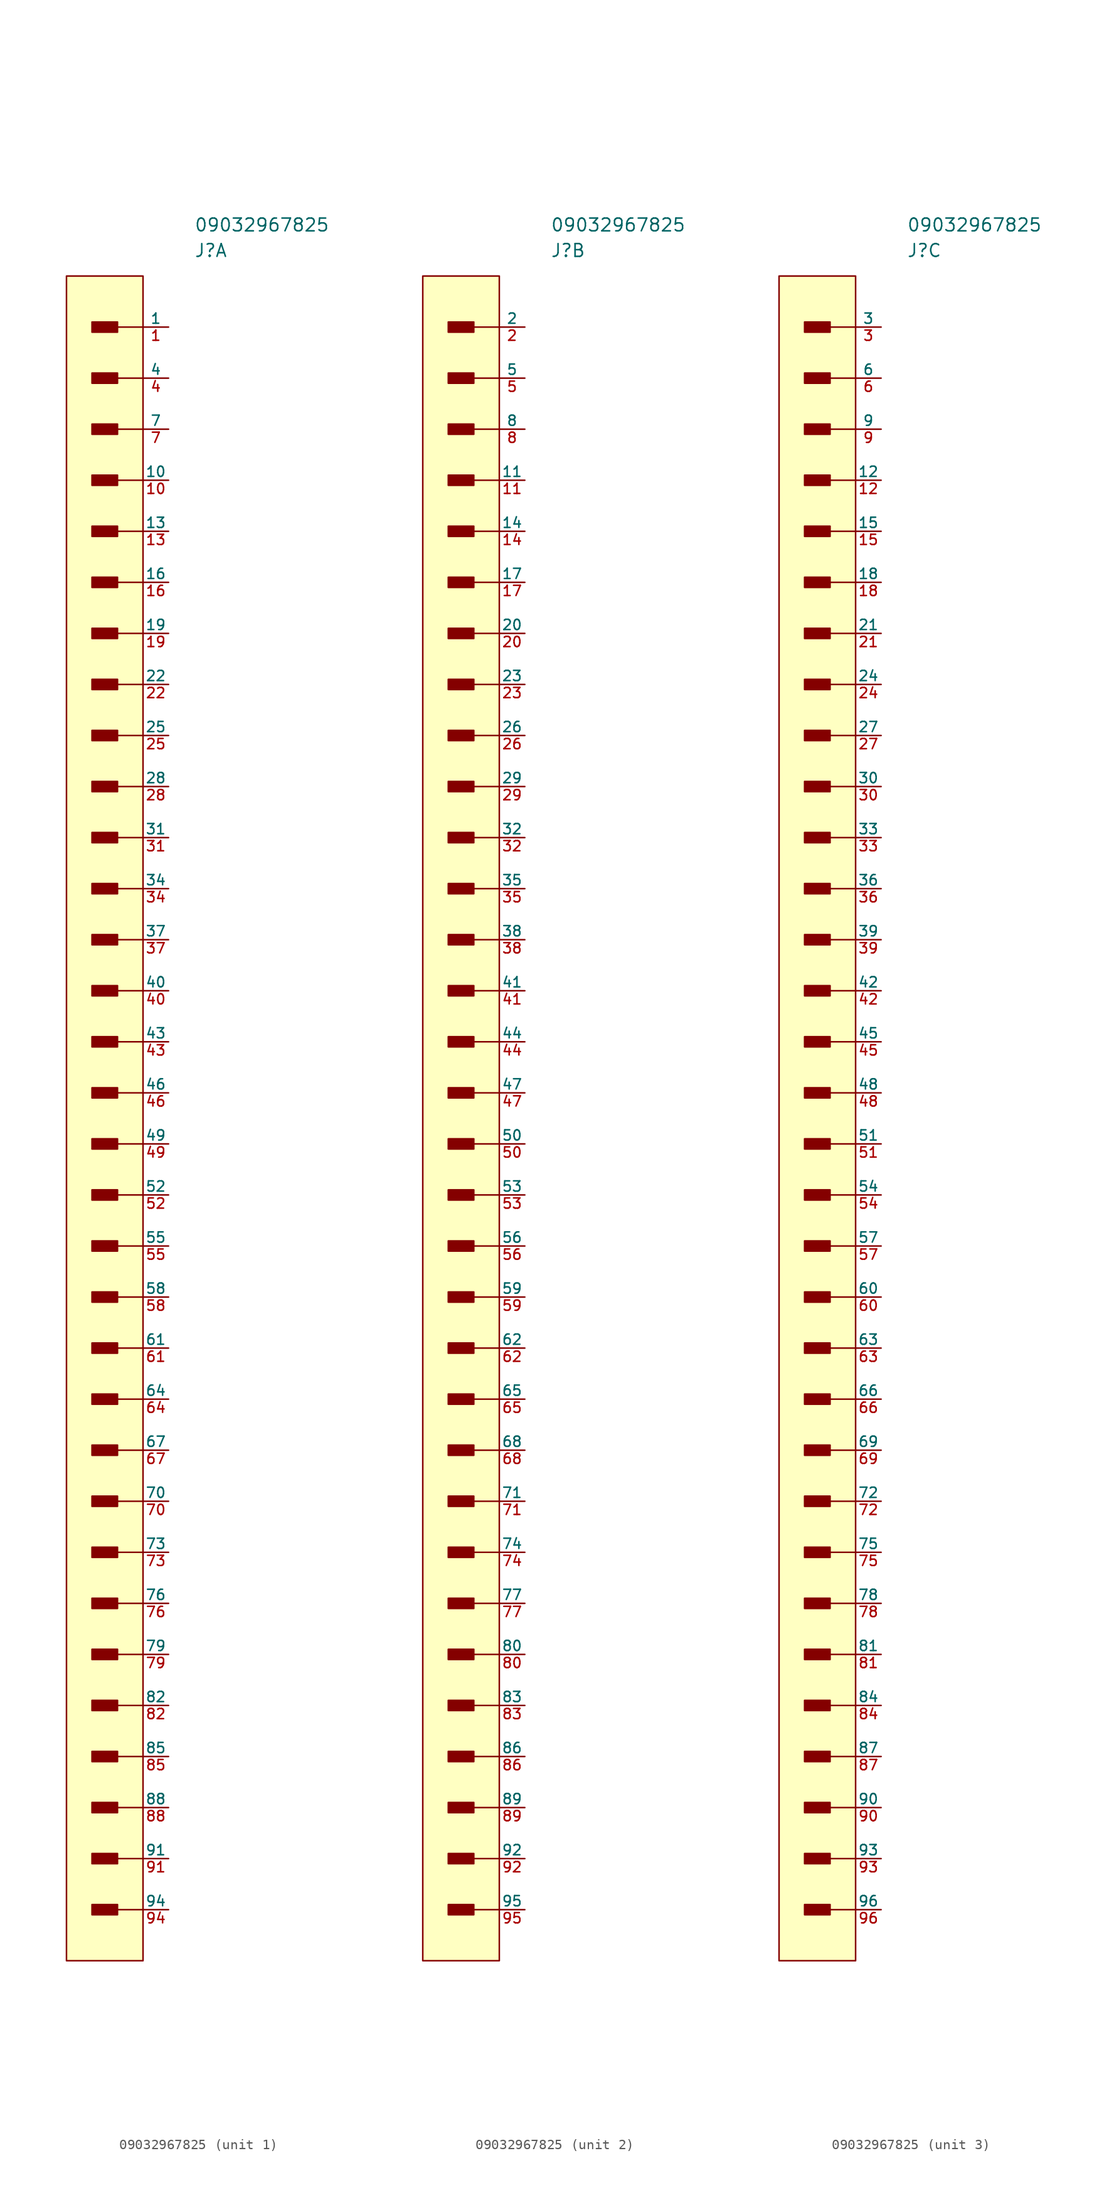
<source format=kicad_sym>
(kicad_symbol_lib
  (version 20220126)
  (generator kicad_symbol_editor)
  (symbol "09032967825"
    (pin_names
      (offset 0))
    (property "Reference" "J"
      (at 0 7.62 0)
      (effects (font (size 1.27 1.27)) (justify left)))
    (property "Value" "09032967825"
      (at 0 10.16 0)
      (effects (font (size 1.27 1.27)) (justify left)))
    (property "ki_locked" ""
      (at 0 0 0)
      (effects (font (size 1.27 1.27))))
    (symbol "09032967825_1_1"
      (rectangle (start -12.7 5.08) (end -5.08 -162.56) (stroke (width 0) (type default)) (fill (type background)))
      (rectangle (start -10.16 -156.972) (end -7.62 -157.988) (stroke (width 0) (type default)) (fill (type outline)))
      (rectangle (start -10.16 -151.892) (end -7.62 -152.908) (stroke (width 0) (type default)) (fill (type outline)))
      (rectangle (start -10.16 -146.812) (end -7.62 -147.828) (stroke (width 0) (type default)) (fill (type outline)))
      (rectangle (start -10.16 -141.732) (end -7.62 -142.748) (stroke (width 0) (type default)) (fill (type outline)))
      (rectangle (start -10.16 -136.652) (end -7.62 -137.668) (stroke (width 0) (type default)) (fill (type outline)))
      (rectangle (start -10.16 -131.572) (end -7.62 -132.588) (stroke (width 0) (type default)) (fill (type outline)))
      (rectangle (start -10.16 -126.492) (end -7.62 -127.508) (stroke (width 0) (type default)) (fill (type outline)))
      (rectangle (start -10.16 -121.412) (end -7.62 -122.428) (stroke (width 0) (type default)) (fill (type outline)))
      (rectangle (start -10.16 -116.332) (end -7.62 -117.348) (stroke (width 0) (type default)) (fill (type outline)))
      (rectangle (start -10.16 -111.252) (end -7.62 -112.268) (stroke (width 0) (type default)) (fill (type outline)))
      (rectangle (start -10.16 -106.172) (end -7.62 -107.188) (stroke (width 0) (type default)) (fill (type outline)))
      (rectangle (start -10.16 -101.092) (end -7.62 -102.108) (stroke (width 0) (type default)) (fill (type outline)))
      (rectangle (start -10.16 -96.012) (end -7.62 -97.028) (stroke (width 0) (type default)) (fill (type outline)))
      (rectangle (start -10.16 -90.932) (end -7.62 -91.948) (stroke (width 0) (type default)) (fill (type outline)))
      (rectangle (start -10.16 -85.852) (end -7.62 -86.868) (stroke (width 0) (type default)) (fill (type outline)))
      (rectangle (start -10.16 -80.772) (end -7.62 -81.788) (stroke (width 0) (type default)) (fill (type outline)))
      (rectangle (start -10.16 -75.692) (end -7.62 -76.708) (stroke (width 0) (type default)) (fill (type outline)))
      (rectangle (start -10.16 -70.612) (end -7.62 -71.628) (stroke (width 0) (type default)) (fill (type outline)))
      (rectangle (start -10.16 -65.532) (end -7.62 -66.548) (stroke (width 0) (type default)) (fill (type outline)))
      (rectangle (start -10.16 -60.452) (end -7.62 -61.468) (stroke (width 0) (type default)) (fill (type outline)))
      (rectangle (start -10.16 -55.372) (end -7.62 -56.388) (stroke (width 0) (type default)) (fill (type outline)))
      (rectangle (start -10.16 -50.292) (end -7.62 -51.308) (stroke (width 0) (type default)) (fill (type outline)))
      (rectangle (start -10.16 -45.212) (end -7.62 -46.228) (stroke (width 0) (type default)) (fill (type outline)))
      (rectangle (start -10.16 -40.132) (end -7.62 -41.148) (stroke (width 0) (type default)) (fill (type outline)))
      (rectangle (start -10.16 -35.052) (end -7.62 -36.068) (stroke (width 0) (type default)) (fill (type outline)))
      (rectangle (start -10.16 -29.972) (end -7.62 -30.988) (stroke (width 0) (type default)) (fill (type outline)))
      (rectangle (start -10.16 -24.892) (end -7.62 -25.908) (stroke (width 0) (type default)) (fill (type outline)))
      (rectangle (start -10.16 -19.812) (end -7.62 -20.828) (stroke (width 0) (type default)) (fill (type outline)))
      (rectangle (start -10.16 -14.732) (end -7.62 -15.748) (stroke (width 0) (type default)) (fill (type outline)))
      (rectangle (start -10.16 -9.652) (end -7.62 -10.668) (stroke (width 0) (type default)) (fill (type outline)))
      (rectangle (start -10.16 -4.572) (end -7.62 -5.588) (stroke (width 0) (type default)) (fill (type outline)))
      (rectangle (start -10.16 0.508) (end -7.62 -0.508) (stroke (width 0) (type default)) (fill (type outline)))
      (polyline (pts (xy -8.128 -157.48) (xy -5.08 -157.48)) (stroke (width 0) (type default)) (fill (type none)))
      (polyline (pts (xy -8.128 -152.4) (xy -5.08 -152.4)) (stroke (width 0) (type default)) (fill (type none)))
      (polyline (pts (xy -8.128 -147.32) (xy -5.08 -147.32)) (stroke (width 0) (type default)) (fill (type none)))
      (polyline (pts (xy -8.128 -142.24) (xy -5.08 -142.24)) (stroke (width 0) (type default)) (fill (type none)))
      (polyline (pts (xy -8.128 -137.16) (xy -5.08 -137.16)) (stroke (width 0) (type default)) (fill (type none)))
      (polyline (pts (xy -8.128 -132.08) (xy -5.08 -132.08)) (stroke (width 0) (type default)) (fill (type none)))
      (polyline (pts (xy -8.128 -127) (xy -5.08 -127)) (stroke (width 0) (type default)) (fill (type none)))
      (polyline (pts (xy -8.128 -121.92) (xy -5.08 -121.92)) (stroke (width 0) (type default)) (fill (type none)))
      (polyline (pts (xy -8.128 -116.84) (xy -5.08 -116.84)) (stroke (width 0) (type default)) (fill (type none)))
      (polyline (pts (xy -8.128 -111.76) (xy -5.08 -111.76)) (stroke (width 0) (type default)) (fill (type none)))
      (polyline (pts (xy -8.128 -106.68) (xy -5.08 -106.68)) (stroke (width 0) (type default)) (fill (type none)))
      (polyline (pts (xy -8.128 -101.6) (xy -5.08 -101.6)) (stroke (width 0) (type default)) (fill (type none)))
      (polyline (pts (xy -8.128 -96.52) (xy -5.08 -96.52)) (stroke (width 0) (type default)) (fill (type none)))
      (polyline (pts (xy -8.128 -91.44) (xy -5.08 -91.44)) (stroke (width 0) (type default)) (fill (type none)))
      (polyline (pts (xy -8.128 -86.36) (xy -5.08 -86.36)) (stroke (width 0) (type default)) (fill (type none)))
      (polyline (pts (xy -8.128 -81.28) (xy -5.08 -81.28)) (stroke (width 0) (type default)) (fill (type none)))
      (polyline (pts (xy -8.128 -76.2) (xy -5.08 -76.2)) (stroke (width 0) (type default)) (fill (type none)))
      (polyline (pts (xy -8.128 -71.12) (xy -5.08 -71.12)) (stroke (width 0) (type default)) (fill (type none)))
      (polyline (pts (xy -8.128 -66.04) (xy -5.08 -66.04)) (stroke (width 0) (type default)) (fill (type none)))
      (polyline (pts (xy -8.128 -60.96) (xy -5.08 -60.96)) (stroke (width 0) (type default)) (fill (type none)))
      (polyline (pts (xy -8.128 -55.88) (xy -5.08 -55.88)) (stroke (width 0) (type default)) (fill (type none)))
      (polyline (pts (xy -8.128 -50.8) (xy -5.08 -50.8)) (stroke (width 0) (type default)) (fill (type none)))
      (polyline (pts (xy -8.128 -45.72) (xy -5.08 -45.72)) (stroke (width 0) (type default)) (fill (type none)))
      (polyline (pts (xy -8.128 -40.64) (xy -5.08 -40.64)) (stroke (width 0) (type default)) (fill (type none)))
      (polyline (pts (xy -8.128 -35.56) (xy -5.08 -35.56)) (stroke (width 0) (type default)) (fill (type none)))
      (polyline (pts (xy -8.128 -30.48) (xy -5.08 -30.48)) (stroke (width 0) (type default)) (fill (type none)))
      (polyline (pts (xy -8.128 -25.4) (xy -5.08 -25.4)) (stroke (width 0) (type default)) (fill (type none)))
      (polyline (pts (xy -8.128 -20.32) (xy -5.08 -20.32)) (stroke (width 0) (type default)) (fill (type none)))
      (polyline (pts (xy -8.128 -15.24) (xy -5.08 -15.24)) (stroke (width 0) (type default)) (fill (type none)))
      (polyline (pts (xy -8.128 -10.16) (xy -5.08 -10.16)) (stroke (width 0) (type default)) (fill (type none)))
      (polyline (pts (xy -8.128 -5.08) (xy -5.08 -5.08)) (stroke (width 0) (type default)) (fill (type none)))
      (polyline (pts (xy -8.128 0) (xy -5.08 0)) (stroke (width 0) (type default)) (fill (type none)))
      (pin passive line (at -2.54 0 180) (length 2.54) (name "1" (effects (font (size 1.016 1.016)))) (number "1" (effects (font (size 1.016 1.016)))))
      (pin passive line (at -2.54 -15.24 180) (length 2.54) (name "10" (effects (font (size 1.016 1.016)))) (number "10" (effects (font (size 1.016 1.016)))))
      (pin passive line (at -2.54 -20.32 180) (length 2.54) (name "13" (effects (font (size 1.016 1.016)))) (number "13" (effects (font (size 1.016 1.016)))))
      (pin passive line (at -2.54 -25.4 180) (length 2.54) (name "16" (effects (font (size 1.016 1.016)))) (number "16" (effects (font (size 1.016 1.016)))))
      (pin passive line (at -2.54 -30.48 180) (length 2.54) (name "19" (effects (font (size 1.016 1.016)))) (number "19" (effects (font (size 1.016 1.016)))))
      (pin passive line (at -2.54 -35.56 180) (length 2.54) (name "22" (effects (font (size 1.016 1.016)))) (number "22" (effects (font (size 1.016 1.016)))))
      (pin passive line (at -2.54 -40.64 180) (length 2.54) (name "25" (effects (font (size 1.016 1.016)))) (number "25" (effects (font (size 1.016 1.016)))))
      (pin passive line (at -2.54 -45.72 180) (length 2.54) (name "28" (effects (font (size 1.016 1.016)))) (number "28" (effects (font (size 1.016 1.016)))))
      (pin passive line (at -2.54 -50.8 180) (length 2.54) (name "31" (effects (font (size 1.016 1.016)))) (number "31" (effects (font (size 1.016 1.016)))))
      (pin passive line (at -2.54 -55.88 180) (length 2.54) (name "34" (effects (font (size 1.016 1.016)))) (number "34" (effects (font (size 1.016 1.016)))))
      (pin passive line (at -2.54 -60.96 180) (length 2.54) (name "37" (effects (font (size 1.016 1.016)))) (number "37" (effects (font (size 1.016 1.016)))))
      (pin passive line (at -2.54 -5.08 180) (length 2.54) (name "4" (effects (font (size 1.016 1.016)))) (number "4" (effects (font (size 1.016 1.016)))))
      (pin passive line (at -2.54 -66.04 180) (length 2.54) (name "40" (effects (font (size 1.016 1.016)))) (number "40" (effects (font (size 1.016 1.016)))))
      (pin passive line (at -2.54 -71.12 180) (length 2.54) (name "43" (effects (font (size 1.016 1.016)))) (number "43" (effects (font (size 1.016 1.016)))))
      (pin passive line (at -2.54 -76.2 180) (length 2.54) (name "46" (effects (font (size 1.016 1.016)))) (number "46" (effects (font (size 1.016 1.016)))))
      (pin passive line (at -2.54 -81.28 180) (length 2.54) (name "49" (effects (font (size 1.016 1.016)))) (number "49" (effects (font (size 1.016 1.016)))))
      (pin passive line (at -2.54 -86.36 180) (length 2.54) (name "52" (effects (font (size 1.016 1.016)))) (number "52" (effects (font (size 1.016 1.016)))))
      (pin passive line (at -2.54 -91.44 180) (length 2.54) (name "55" (effects (font (size 1.016 1.016)))) (number "55" (effects (font (size 1.016 1.016)))))
      (pin passive line (at -2.54 -96.52 180) (length 2.54) (name "58" (effects (font (size 1.016 1.016)))) (number "58" (effects (font (size 1.016 1.016)))))
      (pin passive line (at -2.54 -101.6 180) (length 2.54) (name "61" (effects (font (size 1.016 1.016)))) (number "61" (effects (font (size 1.016 1.016)))))
      (pin passive line (at -2.54 -106.68 180) (length 2.54) (name "64" (effects (font (size 1.016 1.016)))) (number "64" (effects (font (size 1.016 1.016)))))
      (pin passive line (at -2.54 -111.76 180) (length 2.54) (name "67" (effects (font (size 1.016 1.016)))) (number "67" (effects (font (size 1.016 1.016)))))
      (pin passive line (at -2.54 -10.16 180) (length 2.54) (name "7" (effects (font (size 1.016 1.016)))) (number "7" (effects (font (size 1.016 1.016)))))
      (pin passive line (at -2.54 -116.84 180) (length 2.54) (name "70" (effects (font (size 1.016 1.016)))) (number "70" (effects (font (size 1.016 1.016)))))
      (pin passive line (at -2.54 -121.92 180) (length 2.54) (name "73" (effects (font (size 1.016 1.016)))) (number "73" (effects (font (size 1.016 1.016)))))
      (pin passive line (at -2.54 -127 180) (length 2.54) (name "76" (effects (font (size 1.016 1.016)))) (number "76" (effects (font (size 1.016 1.016)))))
      (pin passive line (at -2.54 -132.08 180) (length 2.54) (name "79" (effects (font (size 1.016 1.016)))) (number "79" (effects (font (size 1.016 1.016)))))
      (pin passive line (at -2.54 -137.16 180) (length 2.54) (name "82" (effects (font (size 1.016 1.016)))) (number "82" (effects (font (size 1.016 1.016)))))
      (pin passive line (at -2.54 -142.24 180) (length 2.54) (name "85" (effects (font (size 1.016 1.016)))) (number "85" (effects (font (size 1.016 1.016)))))
      (pin passive line (at -2.54 -147.32 180) (length 2.54) (name "88" (effects (font (size 1.016 1.016)))) (number "88" (effects (font (size 1.016 1.016)))))
      (pin passive line (at -2.54 -152.4 180) (length 2.54) (name "91" (effects (font (size 1.016 1.016)))) (number "91" (effects (font (size 1.016 1.016)))))
      (pin passive line (at -2.54 -157.48 180) (length 2.54) (name "94" (effects (font (size 1.016 1.016)))) (number "94" (effects (font (size 1.016 1.016))))))
    (symbol "09032967825_2_1"
      (rectangle (start -12.7 5.08) (end -5.08 -162.56) (stroke (width 0) (type default)) (fill (type background)))
      (rectangle (start -10.16 -156.972) (end -7.62 -157.988) (stroke (width 0) (type default)) (fill (type outline)))
      (rectangle (start -10.16 -151.892) (end -7.62 -152.908) (stroke (width 0) (type default)) (fill (type outline)))
      (rectangle (start -10.16 -146.812) (end -7.62 -147.828) (stroke (width 0) (type default)) (fill (type outline)))
      (rectangle (start -10.16 -141.732) (end -7.62 -142.748) (stroke (width 0) (type default)) (fill (type outline)))
      (rectangle (start -10.16 -136.652) (end -7.62 -137.668) (stroke (width 0) (type default)) (fill (type outline)))
      (rectangle (start -10.16 -131.572) (end -7.62 -132.588) (stroke (width 0) (type default)) (fill (type outline)))
      (rectangle (start -10.16 -126.492) (end -7.62 -127.508) (stroke (width 0) (type default)) (fill (type outline)))
      (rectangle (start -10.16 -121.412) (end -7.62 -122.428) (stroke (width 0) (type default)) (fill (type outline)))
      (rectangle (start -10.16 -116.332) (end -7.62 -117.348) (stroke (width 0) (type default)) (fill (type outline)))
      (rectangle (start -10.16 -111.252) (end -7.62 -112.268) (stroke (width 0) (type default)) (fill (type outline)))
      (rectangle (start -10.16 -106.172) (end -7.62 -107.188) (stroke (width 0) (type default)) (fill (type outline)))
      (rectangle (start -10.16 -101.092) (end -7.62 -102.108) (stroke (width 0) (type default)) (fill (type outline)))
      (rectangle (start -10.16 -96.012) (end -7.62 -97.028) (stroke (width 0) (type default)) (fill (type outline)))
      (rectangle (start -10.16 -90.932) (end -7.62 -91.948) (stroke (width 0) (type default)) (fill (type outline)))
      (rectangle (start -10.16 -85.852) (end -7.62 -86.868) (stroke (width 0) (type default)) (fill (type outline)))
      (rectangle (start -10.16 -80.772) (end -7.62 -81.788) (stroke (width 0) (type default)) (fill (type outline)))
      (rectangle (start -10.16 -75.692) (end -7.62 -76.708) (stroke (width 0) (type default)) (fill (type outline)))
      (rectangle (start -10.16 -70.612) (end -7.62 -71.628) (stroke (width 0) (type default)) (fill (type outline)))
      (rectangle (start -10.16 -65.532) (end -7.62 -66.548) (stroke (width 0) (type default)) (fill (type outline)))
      (rectangle (start -10.16 -60.452) (end -7.62 -61.468) (stroke (width 0) (type default)) (fill (type outline)))
      (rectangle (start -10.16 -55.372) (end -7.62 -56.388) (stroke (width 0) (type default)) (fill (type outline)))
      (rectangle (start -10.16 -50.292) (end -7.62 -51.308) (stroke (width 0) (type default)) (fill (type outline)))
      (rectangle (start -10.16 -45.212) (end -7.62 -46.228) (stroke (width 0) (type default)) (fill (type outline)))
      (rectangle (start -10.16 -40.132) (end -7.62 -41.148) (stroke (width 0) (type default)) (fill (type outline)))
      (rectangle (start -10.16 -35.052) (end -7.62 -36.068) (stroke (width 0) (type default)) (fill (type outline)))
      (rectangle (start -10.16 -29.972) (end -7.62 -30.988) (stroke (width 0) (type default)) (fill (type outline)))
      (rectangle (start -10.16 -24.892) (end -7.62 -25.908) (stroke (width 0) (type default)) (fill (type outline)))
      (rectangle (start -10.16 -19.812) (end -7.62 -20.828) (stroke (width 0) (type default)) (fill (type outline)))
      (rectangle (start -10.16 -14.732) (end -7.62 -15.748) (stroke (width 0) (type default)) (fill (type outline)))
      (rectangle (start -10.16 -9.652) (end -7.62 -10.668) (stroke (width 0) (type default)) (fill (type outline)))
      (rectangle (start -10.16 -4.572) (end -7.62 -5.588) (stroke (width 0) (type default)) (fill (type outline)))
      (rectangle (start -10.16 0.508) (end -7.62 -0.508) (stroke (width 0) (type default)) (fill (type outline)))
      (polyline (pts (xy -8.128 -157.48) (xy -5.08 -157.48)) (stroke (width 0) (type default)) (fill (type none)))
      (polyline (pts (xy -8.128 -152.4) (xy -5.08 -152.4)) (stroke (width 0) (type default)) (fill (type none)))
      (polyline (pts (xy -8.128 -147.32) (xy -5.08 -147.32)) (stroke (width 0) (type default)) (fill (type none)))
      (polyline (pts (xy -8.128 -142.24) (xy -5.08 -142.24)) (stroke (width 0) (type default)) (fill (type none)))
      (polyline (pts (xy -8.128 -137.16) (xy -5.08 -137.16)) (stroke (width 0) (type default)) (fill (type none)))
      (polyline (pts (xy -8.128 -132.08) (xy -5.08 -132.08)) (stroke (width 0) (type default)) (fill (type none)))
      (polyline (pts (xy -8.128 -127) (xy -5.08 -127)) (stroke (width 0) (type default)) (fill (type none)))
      (polyline (pts (xy -8.128 -121.92) (xy -5.08 -121.92)) (stroke (width 0) (type default)) (fill (type none)))
      (polyline (pts (xy -8.128 -116.84) (xy -5.08 -116.84)) (stroke (width 0) (type default)) (fill (type none)))
      (polyline (pts (xy -8.128 -111.76) (xy -5.08 -111.76)) (stroke (width 0) (type default)) (fill (type none)))
      (polyline (pts (xy -8.128 -106.68) (xy -5.08 -106.68)) (stroke (width 0) (type default)) (fill (type none)))
      (polyline (pts (xy -8.128 -101.6) (xy -5.08 -101.6)) (stroke (width 0) (type default)) (fill (type none)))
      (polyline (pts (xy -8.128 -96.52) (xy -5.08 -96.52)) (stroke (width 0) (type default)) (fill (type none)))
      (polyline (pts (xy -8.128 -91.44) (xy -5.08 -91.44)) (stroke (width 0) (type default)) (fill (type none)))
      (polyline (pts (xy -8.128 -86.36) (xy -5.08 -86.36)) (stroke (width 0) (type default)) (fill (type none)))
      (polyline (pts (xy -8.128 -81.28) (xy -5.08 -81.28)) (stroke (width 0) (type default)) (fill (type none)))
      (polyline (pts (xy -8.128 -76.2) (xy -5.08 -76.2)) (stroke (width 0) (type default)) (fill (type none)))
      (polyline (pts (xy -8.128 -71.12) (xy -5.08 -71.12)) (stroke (width 0) (type default)) (fill (type none)))
      (polyline (pts (xy -8.128 -66.04) (xy -5.08 -66.04)) (stroke (width 0) (type default)) (fill (type none)))
      (polyline (pts (xy -8.128 -60.96) (xy -5.08 -60.96)) (stroke (width 0) (type default)) (fill (type none)))
      (polyline (pts (xy -8.128 -55.88) (xy -5.08 -55.88)) (stroke (width 0) (type default)) (fill (type none)))
      (polyline (pts (xy -8.128 -50.8) (xy -5.08 -50.8)) (stroke (width 0) (type default)) (fill (type none)))
      (polyline (pts (xy -8.128 -45.72) (xy -5.08 -45.72)) (stroke (width 0) (type default)) (fill (type none)))
      (polyline (pts (xy -8.128 -40.64) (xy -5.08 -40.64)) (stroke (width 0) (type default)) (fill (type none)))
      (polyline (pts (xy -8.128 -35.56) (xy -5.08 -35.56)) (stroke (width 0) (type default)) (fill (type none)))
      (polyline (pts (xy -8.128 -30.48) (xy -5.08 -30.48)) (stroke (width 0) (type default)) (fill (type none)))
      (polyline (pts (xy -8.128 -25.4) (xy -5.08 -25.4)) (stroke (width 0) (type default)) (fill (type none)))
      (polyline (pts (xy -8.128 -20.32) (xy -5.08 -20.32)) (stroke (width 0) (type default)) (fill (type none)))
      (polyline (pts (xy -8.128 -15.24) (xy -5.08 -15.24)) (stroke (width 0) (type default)) (fill (type none)))
      (polyline (pts (xy -8.128 -10.16) (xy -5.08 -10.16)) (stroke (width 0) (type default)) (fill (type none)))
      (polyline (pts (xy -8.128 -5.08) (xy -5.08 -5.08)) (stroke (width 0) (type default)) (fill (type none)))
      (polyline (pts (xy -8.128 0) (xy -5.08 0)) (stroke (width 0) (type default)) (fill (type none)))
      (pin passive line (at -2.54 -15.24 180) (length 2.54) (name "11" (effects (font (size 1.016 1.016)))) (number "11" (effects (font (size 1.016 1.016)))))
      (pin passive line (at -2.54 -20.32 180) (length 2.54) (name "14" (effects (font (size 1.016 1.016)))) (number "14" (effects (font (size 1.016 1.016)))))
      (pin passive line (at -2.54 -25.4 180) (length 2.54) (name "17" (effects (font (size 1.016 1.016)))) (number "17" (effects (font (size 1.016 1.016)))))
      (pin passive line (at -2.54 0 180) (length 2.54) (name "2" (effects (font (size 1.016 1.016)))) (number "2" (effects (font (size 1.016 1.016)))))
      (pin passive line (at -2.54 -30.48 180) (length 2.54) (name "20" (effects (font (size 1.016 1.016)))) (number "20" (effects (font (size 1.016 1.016)))))
      (pin passive line (at -2.54 -35.56 180) (length 2.54) (name "23" (effects (font (size 1.016 1.016)))) (number "23" (effects (font (size 1.016 1.016)))))
      (pin passive line (at -2.54 -40.64 180) (length 2.54) (name "26" (effects (font (size 1.016 1.016)))) (number "26" (effects (font (size 1.016 1.016)))))
      (pin passive line (at -2.54 -45.72 180) (length 2.54) (name "29" (effects (font (size 1.016 1.016)))) (number "29" (effects (font (size 1.016 1.016)))))
      (pin passive line (at -2.54 -50.8 180) (length 2.54) (name "32" (effects (font (size 1.016 1.016)))) (number "32" (effects (font (size 1.016 1.016)))))
      (pin passive line (at -2.54 -55.88 180) (length 2.54) (name "35" (effects (font (size 1.016 1.016)))) (number "35" (effects (font (size 1.016 1.016)))))
      (pin passive line (at -2.54 -60.96 180) (length 2.54) (name "38" (effects (font (size 1.016 1.016)))) (number "38" (effects (font (size 1.016 1.016)))))
      (pin passive line (at -2.54 -66.04 180) (length 2.54) (name "41" (effects (font (size 1.016 1.016)))) (number "41" (effects (font (size 1.016 1.016)))))
      (pin passive line (at -2.54 -71.12 180) (length 2.54) (name "44" (effects (font (size 1.016 1.016)))) (number "44" (effects (font (size 1.016 1.016)))))
      (pin passive line (at -2.54 -76.2 180) (length 2.54) (name "47" (effects (font (size 1.016 1.016)))) (number "47" (effects (font (size 1.016 1.016)))))
      (pin passive line (at -2.54 -5.08 180) (length 2.54) (name "5" (effects (font (size 1.016 1.016)))) (number "5" (effects (font (size 1.016 1.016)))))
      (pin passive line (at -2.54 -81.28 180) (length 2.54) (name "50" (effects (font (size 1.016 1.016)))) (number "50" (effects (font (size 1.016 1.016)))))
      (pin passive line (at -2.54 -86.36 180) (length 2.54) (name "53" (effects (font (size 1.016 1.016)))) (number "53" (effects (font (size 1.016 1.016)))))
      (pin passive line (at -2.54 -91.44 180) (length 2.54) (name "56" (effects (font (size 1.016 1.016)))) (number "56" (effects (font (size 1.016 1.016)))))
      (pin passive line (at -2.54 -96.52 180) (length 2.54) (name "59" (effects (font (size 1.016 1.016)))) (number "59" (effects (font (size 1.016 1.016)))))
      (pin passive line (at -2.54 -101.6 180) (length 2.54) (name "62" (effects (font (size 1.016 1.016)))) (number "62" (effects (font (size 1.016 1.016)))))
      (pin passive line (at -2.54 -106.68 180) (length 2.54) (name "65" (effects (font (size 1.016 1.016)))) (number "65" (effects (font (size 1.016 1.016)))))
      (pin passive line (at -2.54 -111.76 180) (length 2.54) (name "68" (effects (font (size 1.016 1.016)))) (number "68" (effects (font (size 1.016 1.016)))))
      (pin passive line (at -2.54 -116.84 180) (length 2.54) (name "71" (effects (font (size 1.016 1.016)))) (number "71" (effects (font (size 1.016 1.016)))))
      (pin passive line (at -2.54 -121.92 180) (length 2.54) (name "74" (effects (font (size 1.016 1.016)))) (number "74" (effects (font (size 1.016 1.016)))))
      (pin passive line (at -2.54 -127 180) (length 2.54) (name "77" (effects (font (size 1.016 1.016)))) (number "77" (effects (font (size 1.016 1.016)))))
      (pin passive line (at -2.54 -10.16 180) (length 2.54) (name "8" (effects (font (size 1.016 1.016)))) (number "8" (effects (font (size 1.016 1.016)))))
      (pin passive line (at -2.54 -132.08 180) (length 2.54) (name "80" (effects (font (size 1.016 1.016)))) (number "80" (effects (font (size 1.016 1.016)))))
      (pin passive line (at -2.54 -137.16 180) (length 2.54) (name "83" (effects (font (size 1.016 1.016)))) (number "83" (effects (font (size 1.016 1.016)))))
      (pin passive line (at -2.54 -142.24 180) (length 2.54) (name "86" (effects (font (size 1.016 1.016)))) (number "86" (effects (font (size 1.016 1.016)))))
      (pin passive line (at -2.54 -147.32 180) (length 2.54) (name "89" (effects (font (size 1.016 1.016)))) (number "89" (effects (font (size 1.016 1.016)))))
      (pin passive line (at -2.54 -152.4 180) (length 2.54) (name "92" (effects (font (size 1.016 1.016)))) (number "92" (effects (font (size 1.016 1.016)))))
      (pin passive line (at -2.54 -157.48 180) (length 2.54) (name "95" (effects (font (size 1.016 1.016)))) (number "95" (effects (font (size 1.016 1.016))))))
    (symbol "09032967825_3_1"
      (rectangle (start -12.7 5.08) (end -5.08 -162.56) (stroke (width 0) (type default)) (fill (type background)))
      (rectangle (start -10.16 -156.972) (end -7.62 -157.988) (stroke (width 0) (type default)) (fill (type outline)))
      (rectangle (start -10.16 -151.892) (end -7.62 -152.908) (stroke (width 0) (type default)) (fill (type outline)))
      (rectangle (start -10.16 -146.812) (end -7.62 -147.828) (stroke (width 0) (type default)) (fill (type outline)))
      (rectangle (start -10.16 -141.732) (end -7.62 -142.748) (stroke (width 0) (type default)) (fill (type outline)))
      (rectangle (start -10.16 -136.652) (end -7.62 -137.668) (stroke (width 0) (type default)) (fill (type outline)))
      (rectangle (start -10.16 -131.572) (end -7.62 -132.588) (stroke (width 0) (type default)) (fill (type outline)))
      (rectangle (start -10.16 -126.492) (end -7.62 -127.508) (stroke (width 0) (type default)) (fill (type outline)))
      (rectangle (start -10.16 -121.412) (end -7.62 -122.428) (stroke (width 0) (type default)) (fill (type outline)))
      (rectangle (start -10.16 -116.332) (end -7.62 -117.348) (stroke (width 0) (type default)) (fill (type outline)))
      (rectangle (start -10.16 -111.252) (end -7.62 -112.268) (stroke (width 0) (type default)) (fill (type outline)))
      (rectangle (start -10.16 -106.172) (end -7.62 -107.188) (stroke (width 0) (type default)) (fill (type outline)))
      (rectangle (start -10.16 -101.092) (end -7.62 -102.108) (stroke (width 0) (type default)) (fill (type outline)))
      (rectangle (start -10.16 -96.012) (end -7.62 -97.028) (stroke (width 0) (type default)) (fill (type outline)))
      (rectangle (start -10.16 -90.932) (end -7.62 -91.948) (stroke (width 0) (type default)) (fill (type outline)))
      (rectangle (start -10.16 -85.852) (end -7.62 -86.868) (stroke (width 0) (type default)) (fill (type outline)))
      (rectangle (start -10.16 -80.772) (end -7.62 -81.788) (stroke (width 0) (type default)) (fill (type outline)))
      (rectangle (start -10.16 -75.692) (end -7.62 -76.708) (stroke (width 0) (type default)) (fill (type outline)))
      (rectangle (start -10.16 -70.612) (end -7.62 -71.628) (stroke (width 0) (type default)) (fill (type outline)))
      (rectangle (start -10.16 -65.532) (end -7.62 -66.548) (stroke (width 0) (type default)) (fill (type outline)))
      (rectangle (start -10.16 -60.452) (end -7.62 -61.468) (stroke (width 0) (type default)) (fill (type outline)))
      (rectangle (start -10.16 -55.372) (end -7.62 -56.388) (stroke (width 0) (type default)) (fill (type outline)))
      (rectangle (start -10.16 -50.292) (end -7.62 -51.308) (stroke (width 0) (type default)) (fill (type outline)))
      (rectangle (start -10.16 -45.212) (end -7.62 -46.228) (stroke (width 0) (type default)) (fill (type outline)))
      (rectangle (start -10.16 -40.132) (end -7.62 -41.148) (stroke (width 0) (type default)) (fill (type outline)))
      (rectangle (start -10.16 -35.052) (end -7.62 -36.068) (stroke (width 0) (type default)) (fill (type outline)))
      (rectangle (start -10.16 -29.972) (end -7.62 -30.988) (stroke (width 0) (type default)) (fill (type outline)))
      (rectangle (start -10.16 -24.892) (end -7.62 -25.908) (stroke (width 0) (type default)) (fill (type outline)))
      (rectangle (start -10.16 -19.812) (end -7.62 -20.828) (stroke (width 0) (type default)) (fill (type outline)))
      (rectangle (start -10.16 -14.732) (end -7.62 -15.748) (stroke (width 0) (type default)) (fill (type outline)))
      (rectangle (start -10.16 -9.652) (end -7.62 -10.668) (stroke (width 0) (type default)) (fill (type outline)))
      (rectangle (start -10.16 -4.572) (end -7.62 -5.588) (stroke (width 0) (type default)) (fill (type outline)))
      (rectangle (start -10.16 0.508) (end -7.62 -0.508) (stroke (width 0) (type default)) (fill (type outline)))
      (polyline (pts (xy -8.128 -157.48) (xy -5.08 -157.48)) (stroke (width 0) (type default)) (fill (type none)))
      (polyline (pts (xy -8.128 -152.4) (xy -5.08 -152.4)) (stroke (width 0) (type default)) (fill (type none)))
      (polyline (pts (xy -8.128 -147.32) (xy -5.08 -147.32)) (stroke (width 0) (type default)) (fill (type none)))
      (polyline (pts (xy -8.128 -142.24) (xy -5.08 -142.24)) (stroke (width 0) (type default)) (fill (type none)))
      (polyline (pts (xy -8.128 -137.16) (xy -5.08 -137.16)) (stroke (width 0) (type default)) (fill (type none)))
      (polyline (pts (xy -8.128 -132.08) (xy -5.08 -132.08)) (stroke (width 0) (type default)) (fill (type none)))
      (polyline (pts (xy -8.128 -127) (xy -5.08 -127)) (stroke (width 0) (type default)) (fill (type none)))
      (polyline (pts (xy -8.128 -121.92) (xy -5.08 -121.92)) (stroke (width 0) (type default)) (fill (type none)))
      (polyline (pts (xy -8.128 -116.84) (xy -5.08 -116.84)) (stroke (width 0) (type default)) (fill (type none)))
      (polyline (pts (xy -8.128 -111.76) (xy -5.08 -111.76)) (stroke (width 0) (type default)) (fill (type none)))
      (polyline (pts (xy -8.128 -106.68) (xy -5.08 -106.68)) (stroke (width 0) (type default)) (fill (type none)))
      (polyline (pts (xy -8.128 -101.6) (xy -5.08 -101.6)) (stroke (width 0) (type default)) (fill (type none)))
      (polyline (pts (xy -8.128 -96.52) (xy -5.08 -96.52)) (stroke (width 0) (type default)) (fill (type none)))
      (polyline (pts (xy -8.128 -91.44) (xy -5.08 -91.44)) (stroke (width 0) (type default)) (fill (type none)))
      (polyline (pts (xy -8.128 -86.36) (xy -5.08 -86.36)) (stroke (width 0) (type default)) (fill (type none)))
      (polyline (pts (xy -8.128 -81.28) (xy -5.08 -81.28)) (stroke (width 0) (type default)) (fill (type none)))
      (polyline (pts (xy -8.128 -76.2) (xy -5.08 -76.2)) (stroke (width 0) (type default)) (fill (type none)))
      (polyline (pts (xy -8.128 -71.12) (xy -5.08 -71.12)) (stroke (width 0) (type default)) (fill (type none)))
      (polyline (pts (xy -8.128 -66.04) (xy -5.08 -66.04)) (stroke (width 0) (type default)) (fill (type none)))
      (polyline (pts (xy -8.128 -60.96) (xy -5.08 -60.96)) (stroke (width 0) (type default)) (fill (type none)))
      (polyline (pts (xy -8.128 -55.88) (xy -5.08 -55.88)) (stroke (width 0) (type default)) (fill (type none)))
      (polyline (pts (xy -8.128 -50.8) (xy -5.08 -50.8)) (stroke (width 0) (type default)) (fill (type none)))
      (polyline (pts (xy -8.128 -45.72) (xy -5.08 -45.72)) (stroke (width 0) (type default)) (fill (type none)))
      (polyline (pts (xy -8.128 -40.64) (xy -5.08 -40.64)) (stroke (width 0) (type default)) (fill (type none)))
      (polyline (pts (xy -8.128 -35.56) (xy -5.08 -35.56)) (stroke (width 0) (type default)) (fill (type none)))
      (polyline (pts (xy -8.128 -30.48) (xy -5.08 -30.48)) (stroke (width 0) (type default)) (fill (type none)))
      (polyline (pts (xy -8.128 -25.4) (xy -5.08 -25.4)) (stroke (width 0) (type default)) (fill (type none)))
      (polyline (pts (xy -8.128 -20.32) (xy -5.08 -20.32)) (stroke (width 0) (type default)) (fill (type none)))
      (polyline (pts (xy -8.128 -15.24) (xy -5.08 -15.24)) (stroke (width 0) (type default)) (fill (type none)))
      (polyline (pts (xy -8.128 -10.16) (xy -5.08 -10.16)) (stroke (width 0) (type default)) (fill (type none)))
      (polyline (pts (xy -8.128 -5.08) (xy -5.08 -5.08)) (stroke (width 0) (type default)) (fill (type none)))
      (polyline (pts (xy -8.128 0) (xy -5.08 0)) (stroke (width 0) (type default)) (fill (type none)))
      (pin passive line (at -2.54 -15.24 180) (length 2.54) (name "12" (effects (font (size 1.016 1.016)))) (number "12" (effects (font (size 1.016 1.016)))))
      (pin passive line (at -2.54 -20.32 180) (length 2.54) (name "15" (effects (font (size 1.016 1.016)))) (number "15" (effects (font (size 1.016 1.016)))))
      (pin passive line (at -2.54 -25.4 180) (length 2.54) (name "18" (effects (font (size 1.016 1.016)))) (number "18" (effects (font (size 1.016 1.016)))))
      (pin passive line (at -2.54 -30.48 180) (length 2.54) (name "21" (effects (font (size 1.016 1.016)))) (number "21" (effects (font (size 1.016 1.016)))))
      (pin passive line (at -2.54 -35.56 180) (length 2.54) (name "24" (effects (font (size 1.016 1.016)))) (number "24" (effects (font (size 1.016 1.016)))))
      (pin passive line (at -2.54 -40.64 180) (length 2.54) (name "27" (effects (font (size 1.016 1.016)))) (number "27" (effects (font (size 1.016 1.016)))))
      (pin passive line (at -2.54 0 180) (length 2.54) (name "3" (effects (font (size 1.016 1.016)))) (number "3" (effects (font (size 1.016 1.016)))))
      (pin passive line (at -2.54 -45.72 180) (length 2.54) (name "30" (effects (font (size 1.016 1.016)))) (number "30" (effects (font (size 1.016 1.016)))))
      (pin passive line (at -2.54 -50.8 180) (length 2.54) (name "33" (effects (font (size 1.016 1.016)))) (number "33" (effects (font (size 1.016 1.016)))))
      (pin passive line (at -2.54 -55.88 180) (length 2.54) (name "36" (effects (font (size 1.016 1.016)))) (number "36" (effects (font (size 1.016 1.016)))))
      (pin passive line (at -2.54 -60.96 180) (length 2.54) (name "39" (effects (font (size 1.016 1.016)))) (number "39" (effects (font (size 1.016 1.016)))))
      (pin passive line (at -2.54 -66.04 180) (length 2.54) (name "42" (effects (font (size 1.016 1.016)))) (number "42" (effects (font (size 1.016 1.016)))))
      (pin passive line (at -2.54 -71.12 180) (length 2.54) (name "45" (effects (font (size 1.016 1.016)))) (number "45" (effects (font (size 1.016 1.016)))))
      (pin passive line (at -2.54 -76.2 180) (length 2.54) (name "48" (effects (font (size 1.016 1.016)))) (number "48" (effects (font (size 1.016 1.016)))))
      (pin passive line (at -2.54 -81.28 180) (length 2.54) (name "51" (effects (font (size 1.016 1.016)))) (number "51" (effects (font (size 1.016 1.016)))))
      (pin passive line (at -2.54 -86.36 180) (length 2.54) (name "54" (effects (font (size 1.016 1.016)))) (number "54" (effects (font (size 1.016 1.016)))))
      (pin passive line (at -2.54 -91.44 180) (length 2.54) (name "57" (effects (font (size 1.016 1.016)))) (number "57" (effects (font (size 1.016 1.016)))))
      (pin passive line (at -2.54 -5.08 180) (length 2.54) (name "6" (effects (font (size 1.016 1.016)))) (number "6" (effects (font (size 1.016 1.016)))))
      (pin passive line (at -2.54 -96.52 180) (length 2.54) (name "60" (effects (font (size 1.016 1.016)))) (number "60" (effects (font (size 1.016 1.016)))))
      (pin passive line (at -2.54 -101.6 180) (length 2.54) (name "63" (effects (font (size 1.016 1.016)))) (number "63" (effects (font (size 1.016 1.016)))))
      (pin passive line (at -2.54 -106.68 180) (length 2.54) (name "66" (effects (font (size 1.016 1.016)))) (number "66" (effects (font (size 1.016 1.016)))))
      (pin passive line (at -2.54 -111.76 180) (length 2.54) (name "69" (effects (font (size 1.016 1.016)))) (number "69" (effects (font (size 1.016 1.016)))))
      (pin passive line (at -2.54 -116.84 180) (length 2.54) (name "72" (effects (font (size 1.016 1.016)))) (number "72" (effects (font (size 1.016 1.016)))))
      (pin passive line (at -2.54 -121.92 180) (length 2.54) (name "75" (effects (font (size 1.016 1.016)))) (number "75" (effects (font (size 1.016 1.016)))))
      (pin passive line (at -2.54 -127 180) (length 2.54) (name "78" (effects (font (size 1.016 1.016)))) (number "78" (effects (font (size 1.016 1.016)))))
      (pin passive line (at -2.54 -132.08 180) (length 2.54) (name "81" (effects (font (size 1.016 1.016)))) (number "81" (effects (font (size 1.016 1.016)))))
      (pin passive line (at -2.54 -137.16 180) (length 2.54) (name "84" (effects (font (size 1.016 1.016)))) (number "84" (effects (font (size 1.016 1.016)))))
      (pin passive line (at -2.54 -142.24 180) (length 2.54) (name "87" (effects (font (size 1.016 1.016)))) (number "87" (effects (font (size 1.016 1.016)))))
      (pin passive line (at -2.54 -10.16 180) (length 2.54) (name "9" (effects (font (size 1.016 1.016)))) (number "9" (effects (font (size 1.016 1.016)))))
      (pin passive line (at -2.54 -147.32 180) (length 2.54) (name "90" (effects (font (size 1.016 1.016)))) (number "90" (effects (font (size 1.016 1.016)))))
      (pin passive line (at -2.54 -152.4 180) (length 2.54) (name "93" (effects (font (size 1.016 1.016)))) (number "93" (effects (font (size 1.016 1.016)))))
      (pin passive line (at -2.54 -157.48 180) (length 2.54) (name "96" (effects (font (size 1.016 1.016)))) (number "96" (effects (font (size 1.016 1.016))))))))
</source>
